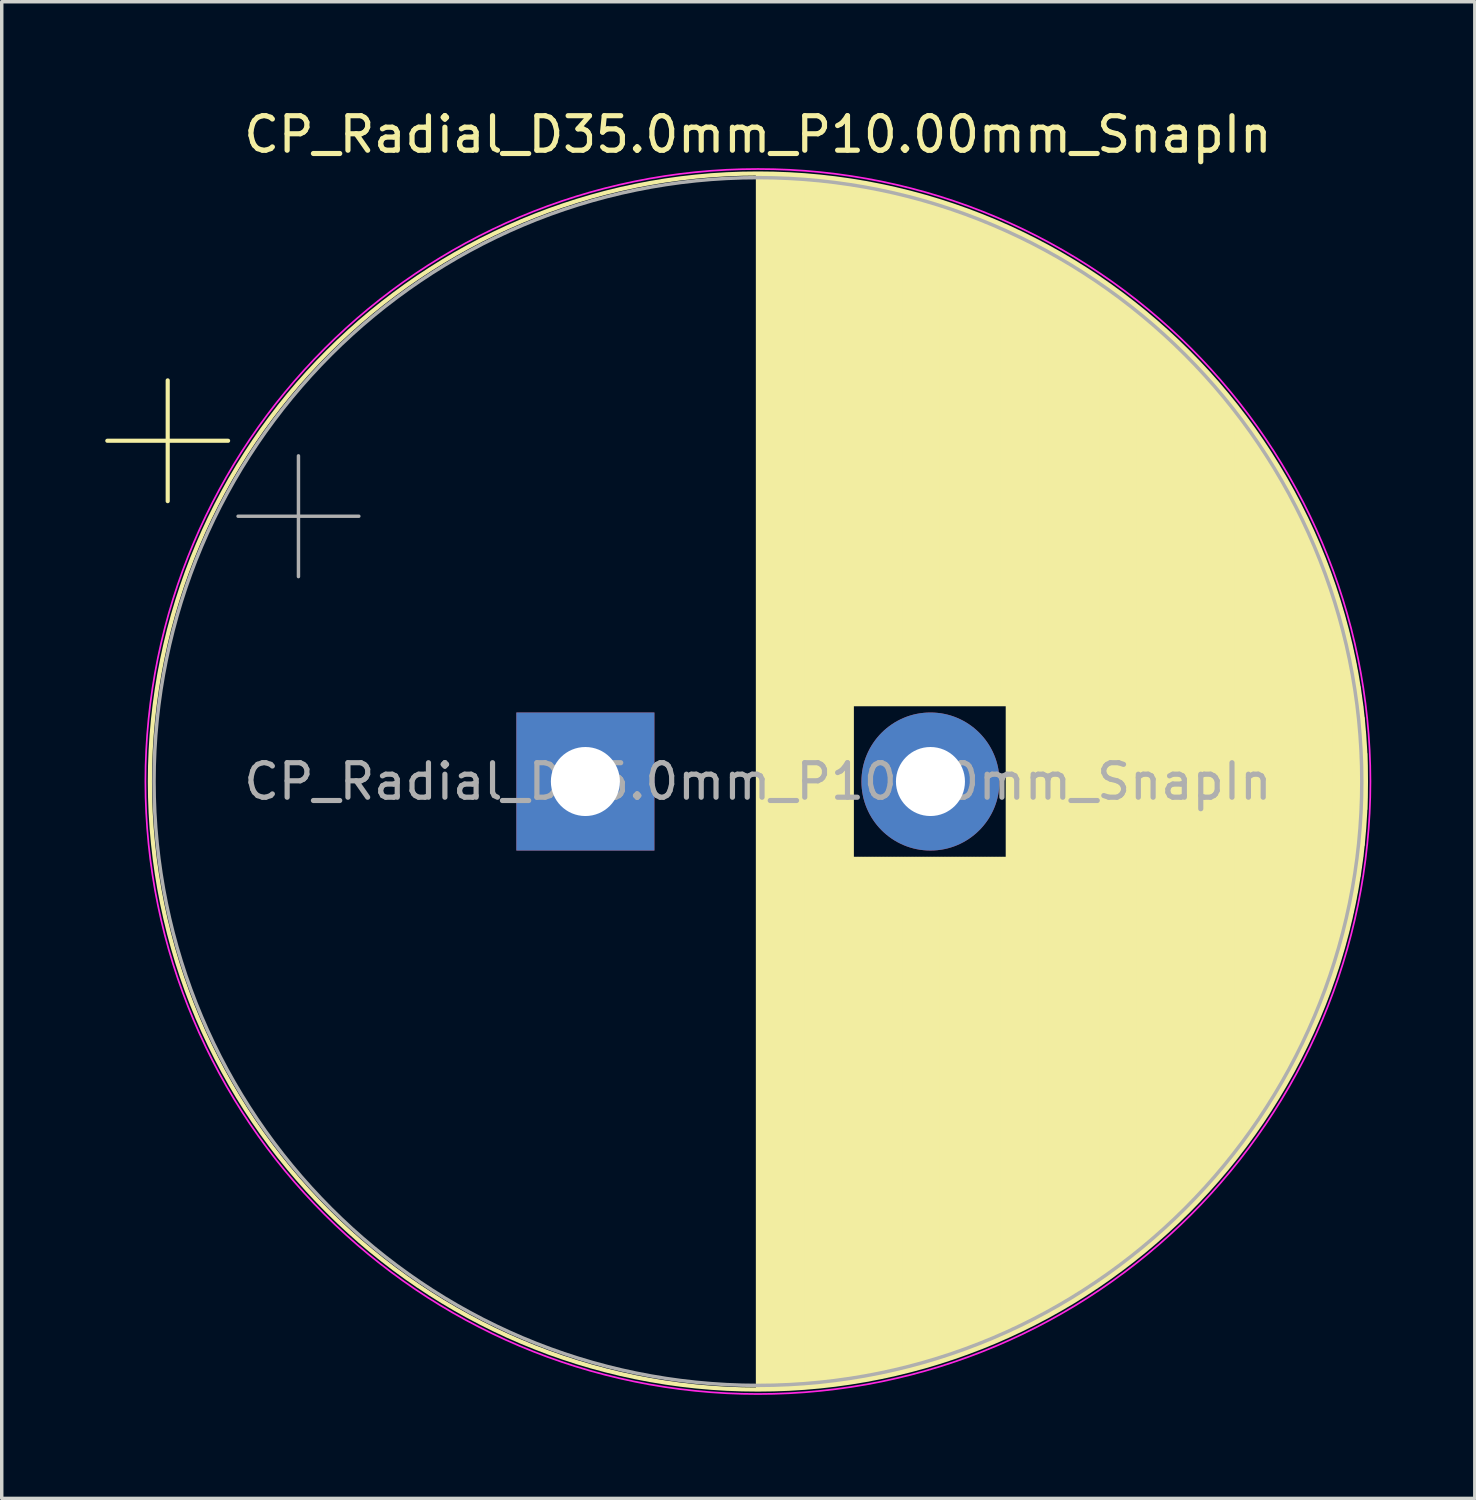
<source format=kicad_pcb>
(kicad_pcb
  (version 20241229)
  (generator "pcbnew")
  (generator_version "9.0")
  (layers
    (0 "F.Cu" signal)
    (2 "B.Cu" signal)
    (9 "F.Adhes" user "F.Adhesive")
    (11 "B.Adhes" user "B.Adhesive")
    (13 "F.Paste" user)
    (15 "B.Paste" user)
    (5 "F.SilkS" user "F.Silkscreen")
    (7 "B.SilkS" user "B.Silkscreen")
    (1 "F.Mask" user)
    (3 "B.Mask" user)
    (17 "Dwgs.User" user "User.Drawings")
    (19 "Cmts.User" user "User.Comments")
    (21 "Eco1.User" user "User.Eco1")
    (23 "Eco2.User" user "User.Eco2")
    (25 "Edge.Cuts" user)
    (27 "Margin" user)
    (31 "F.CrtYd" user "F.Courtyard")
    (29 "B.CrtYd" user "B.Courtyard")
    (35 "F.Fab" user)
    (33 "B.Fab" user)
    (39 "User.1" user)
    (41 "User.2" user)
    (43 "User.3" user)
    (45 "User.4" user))
  (footprint "CP_Radial_D35.0mm_P10.00mm_SnapIn"
    (layer "F.Cu")
    (at 13.914 19.598)
    (property "Reference" "CP_Radial_D35.0mm_P10.00mm_SnapIn" (at 5 -18.75 0) (layer "F.SilkS") (effects (font (size 1 1) (thickness 0.15))))
    (attr through_hole)
    (fp_line (start -13.854 -9.875) (end -10.354 -9.875) (stroke (width 0.12) (type solid)) (layer "F.SilkS"))
    (fp_line (start -12.104 -11.625) (end -12.104 -8.125) (stroke (width 0.12) (type solid)) (layer "F.SilkS"))
    (fp_line (start 5 -17.58) (end 5 17.58) (stroke (width 0.12) (type solid)) (layer "F.SilkS"))
    (fp_line (start 5.04 -17.58) (end 5.04 17.58) (stroke (width 0.12) (type solid)) (layer "F.SilkS"))
    (fp_line (start 5.08 -17.58) (end 5.08 17.58) (stroke (width 0.12) (type solid)) (layer "F.SilkS"))
    (fp_line (start 5.12 -17.58) (end 5.12 17.58) (stroke (width 0.12) (type solid)) (layer "F.SilkS"))
    (fp_line (start 5.16 -17.58) (end 5.16 17.58) (stroke (width 0.12) (type solid)) (layer "F.SilkS"))
    (fp_line (start 5.2 -17.579) (end 5.2 17.579) (stroke (width 0.12) (type solid)) (layer "F.SilkS"))
    (fp_line (start 5.24 -17.579) (end 5.24 17.579) (stroke (width 0.12) (type solid)) (layer "F.SilkS"))
    (fp_line (start 5.28 -17.578) (end 5.28 17.578) (stroke (width 0.12) (type solid)) (layer "F.SilkS"))
    (fp_line (start 5.32 -17.578) (end 5.32 17.578) (stroke (width 0.12) (type solid)) (layer "F.SilkS"))
    (fp_line (start 5.36 -17.577) (end 5.36 17.577) (stroke (width 0.12) (type solid)) (layer "F.SilkS"))
    (fp_line (start 5.4 -17.576) (end 5.4 17.576) (stroke (width 0.12) (type solid)) (layer "F.SilkS"))
    (fp_line (start 5.44 -17.575) (end 5.44 17.575) (stroke (width 0.12) (type solid)) (layer "F.SilkS"))
    (fp_line (start 5.48 -17.574) (end 5.48 17.574) (stroke (width 0.12) (type solid)) (layer "F.SilkS"))
    (fp_line (start 5.52 -17.573) (end 5.52 17.573) (stroke (width 0.12) (type solid)) (layer "F.SilkS"))
    (fp_line (start 5.56 -17.572) (end 5.56 17.572) (stroke (width 0.12) (type solid)) (layer "F.SilkS"))
    (fp_line (start 5.6 -17.57) (end 5.6 17.57) (stroke (width 0.12) (type solid)) (layer "F.SilkS"))
    (fp_line (start 5.64 -17.569) (end 5.64 17.569) (stroke (width 0.12) (type solid)) (layer "F.SilkS"))
    (fp_line (start 5.68 -17.567) (end 5.68 17.567) (stroke (width 0.12) (type solid)) (layer "F.SilkS"))
    (fp_line (start 5.721 -17.566) (end 5.721 17.566) (stroke (width 0.12) (type solid)) (layer "F.SilkS"))
    (fp_line (start 5.761 -17.564) (end 5.761 17.564) (stroke (width 0.12) (type solid)) (layer "F.SilkS"))
    (fp_line (start 5.801 -17.562) (end 5.801 17.562) (stroke (width 0.12) (type solid)) (layer "F.SilkS"))
    (fp_line (start 5.841 -17.56) (end 5.841 17.56) (stroke (width 0.12) (type solid)) (layer "F.SilkS"))
    (fp_line (start 5.881 -17.559) (end 5.881 17.559) (stroke (width 0.12) (type solid)) (layer "F.SilkS"))
    (fp_line (start 5.921 -17.556) (end 5.921 17.556) (stroke (width 0.12) (type solid)) (layer "F.SilkS"))
    (fp_line (start 5.961 -17.554) (end 5.961 17.554) (stroke (width 0.12) (type solid)) (layer "F.SilkS"))
    (fp_line (start 6.001 -17.552) (end 6.001 17.552) (stroke (width 0.12) (type solid)) (layer "F.SilkS"))
    (fp_line (start 6.041 -17.55) (end 6.041 17.55) (stroke (width 0.12) (type solid)) (layer "F.SilkS"))
    (fp_line (start 6.081 -17.547) (end 6.081 17.547) (stroke (width 0.12) (type solid)) (layer "F.SilkS"))
    (fp_line (start 6.121 -17.545) (end 6.121 17.545) (stroke (width 0.12) (type solid)) (layer "F.SilkS"))
    (fp_line (start 6.161 -17.542) (end 6.161 17.542) (stroke (width 0.12) (type solid)) (layer "F.SilkS"))
    (fp_line (start 6.201 -17.54) (end 6.201 17.54) (stroke (width 0.12) (type solid)) (layer "F.SilkS"))
    (fp_line (start 6.241 -17.537) (end 6.241 17.537) (stroke (width 0.12) (type solid)) (layer "F.SilkS"))
    (fp_line (start 6.281 -17.534) (end 6.281 17.534) (stroke (width 0.12) (type solid)) (layer "F.SilkS"))
    (fp_line (start 6.321 -17.531) (end 6.321 17.531) (stroke (width 0.12) (type solid)) (layer "F.SilkS"))
    (fp_line (start 6.361 -17.528) (end 6.361 17.528) (stroke (width 0.12) (type solid)) (layer "F.SilkS"))
    (fp_line (start 6.401 -17.525) (end 6.401 17.525) (stroke (width 0.12) (type solid)) (layer "F.SilkS"))
    (fp_line (start 6.441 -17.522) (end 6.441 17.522) (stroke (width 0.12) (type solid)) (layer "F.SilkS"))
    (fp_line (start 6.481 -17.518) (end 6.481 17.518) (stroke (width 0.12) (type solid)) (layer "F.SilkS"))
    (fp_line (start 6.521 -17.515) (end 6.521 17.515) (stroke (width 0.12) (type solid)) (layer "F.SilkS"))
    (fp_line (start 6.561 -17.511) (end 6.561 17.511) (stroke (width 0.12) (type solid)) (layer "F.SilkS"))
    (fp_line (start 6.601 -17.508) (end 6.601 17.508) (stroke (width 0.12) (type solid)) (layer "F.SilkS"))
    (fp_line (start 6.641 -17.504) (end 6.641 17.504) (stroke (width 0.12) (type solid)) (layer "F.SilkS"))
    (fp_line (start 6.681 -17.5) (end 6.681 17.5) (stroke (width 0.12) (type solid)) (layer "F.SilkS"))
    (fp_line (start 6.721 -17.496) (end 6.721 17.496) (stroke (width 0.12) (type solid)) (layer "F.SilkS"))
    (fp_line (start 6.761 -17.492) (end 6.761 17.492) (stroke (width 0.12) (type solid)) (layer "F.SilkS"))
    (fp_line (start 6.801 -17.488) (end 6.801 17.488) (stroke (width 0.12) (type solid)) (layer "F.SilkS"))
    (fp_line (start 6.841 -17.484) (end 6.841 17.484) (stroke (width 0.12) (type solid)) (layer "F.SilkS"))
    (fp_line (start 6.881 -17.48) (end 6.881 17.48) (stroke (width 0.12) (type solid)) (layer "F.SilkS"))
    (fp_line (start 6.921 -17.476) (end 6.921 17.476) (stroke (width 0.12) (type solid)) (layer "F.SilkS"))
    (fp_line (start 6.961 -17.471) (end 6.961 17.471) (stroke (width 0.12) (type solid)) (layer "F.SilkS"))
    (fp_line (start 7.001 -17.467) (end 7.001 17.467) (stroke (width 0.12) (type solid)) (layer "F.SilkS"))
    (fp_line (start 7.041 -17.462) (end 7.041 17.462) (stroke (width 0.12) (type solid)) (layer "F.SilkS"))
    (fp_line (start 7.081 -17.457) (end 7.081 17.457) (stroke (width 0.12) (type solid)) (layer "F.SilkS"))
    (fp_line (start 7.121 -17.452) (end 7.121 17.452) (stroke (width 0.12) (type solid)) (layer "F.SilkS"))
    (fp_line (start 7.161 -17.448) (end 7.161 17.448) (stroke (width 0.12) (type solid)) (layer "F.SilkS"))
    (fp_line (start 7.201 -17.443) (end 7.201 17.443) (stroke (width 0.12) (type solid)) (layer "F.SilkS"))
    (fp_line (start 7.241 -17.438) (end 7.241 17.438) (stroke (width 0.12) (type solid)) (layer "F.SilkS"))
    (fp_line (start 7.281 -17.432) (end 7.281 17.432) (stroke (width 0.12) (type solid)) (layer "F.SilkS"))
    (fp_line (start 7.321 -17.427) (end 7.321 17.427) (stroke (width 0.12) (type solid)) (layer "F.SilkS"))
    (fp_line (start 7.361 -17.422) (end 7.361 17.422) (stroke (width 0.12) (type solid)) (layer "F.SilkS"))
    (fp_line (start 7.401 -17.416) (end 7.401 17.416) (stroke (width 0.12) (type solid)) (layer "F.SilkS"))
    (fp_line (start 7.441 -17.411) (end 7.441 17.411) (stroke (width 0.12) (type solid)) (layer "F.SilkS"))
    (fp_line (start 7.481 -17.405) (end 7.481 17.405) (stroke (width 0.12) (type solid)) (layer "F.SilkS"))
    (fp_line (start 7.521 -17.399) (end 7.521 17.399) (stroke (width 0.12) (type solid)) (layer "F.SilkS"))
    (fp_line (start 7.561 -17.394) (end 7.561 17.394) (stroke (width 0.12) (type solid)) (layer "F.SilkS"))
    (fp_line (start 7.601 -17.388) (end 7.601 17.388) (stroke (width 0.12) (type solid)) (layer "F.SilkS"))
    (fp_line (start 7.641 -17.382) (end 7.641 17.382) (stroke (width 0.12) (type solid)) (layer "F.SilkS"))
    (fp_line (start 7.681 -17.375) (end 7.681 17.375) (stroke (width 0.12) (type solid)) (layer "F.SilkS"))
    (fp_line (start 7.721 -17.369) (end 7.721 17.369) (stroke (width 0.12) (type solid)) (layer "F.SilkS"))
    (fp_line (start 7.761 -17.363) (end 7.761 -2.24) (stroke (width 0.12) (type solid)) (layer "F.SilkS"))
    (fp_line (start 7.761 2.24) (end 7.761 17.363) (stroke (width 0.12) (type solid)) (layer "F.SilkS"))
    (fp_line (start 7.801 -17.357) (end 7.801 -2.24) (stroke (width 0.12) (type solid)) (layer "F.SilkS"))
    (fp_line (start 7.801 2.24) (end 7.801 17.357) (stroke (width 0.12) (type solid)) (layer "F.SilkS"))
    (fp_line (start 7.841 -17.35) (end 7.841 -2.24) (stroke (width 0.12) (type solid)) (layer "F.SilkS"))
    (fp_line (start 7.841 2.24) (end 7.841 17.35) (stroke (width 0.12) (type solid)) (layer "F.SilkS"))
    (fp_line (start 7.881 -17.344) (end 7.881 -2.24) (stroke (width 0.12) (type solid)) (layer "F.SilkS"))
    (fp_line (start 7.881 2.24) (end 7.881 17.344) (stroke (width 0.12) (type solid)) (layer "F.SilkS"))
    (fp_line (start 7.921 -17.337) (end 7.921 -2.24) (stroke (width 0.12) (type solid)) (layer "F.SilkS"))
    (fp_line (start 7.921 2.24) (end 7.921 17.337) (stroke (width 0.12) (type solid)) (layer "F.SilkS"))
    (fp_line (start 7.961 -17.33) (end 7.961 -2.24) (stroke (width 0.12) (type solid)) (layer "F.SilkS"))
    (fp_line (start 7.961 2.24) (end 7.961 17.33) (stroke (width 0.12) (type solid)) (layer "F.SilkS"))
    (fp_line (start 8.001 -17.323) (end 8.001 -2.24) (stroke (width 0.12) (type solid)) (layer "F.SilkS"))
    (fp_line (start 8.001 2.24) (end 8.001 17.323) (stroke (width 0.12) (type solid)) (layer "F.SilkS"))
    (fp_line (start 8.041 -17.316) (end 8.041 -2.24) (stroke (width 0.12) (type solid)) (layer "F.SilkS"))
    (fp_line (start 8.041 2.24) (end 8.041 17.316) (stroke (width 0.12) (type solid)) (layer "F.SilkS"))
    (fp_line (start 8.081 -17.309) (end 8.081 -2.24) (stroke (width 0.12) (type solid)) (layer "F.SilkS"))
    (fp_line (start 8.081 2.24) (end 8.081 17.309) (stroke (width 0.12) (type solid)) (layer "F.SilkS"))
    (fp_line (start 8.121 -17.302) (end 8.121 -2.24) (stroke (width 0.12) (type solid)) (layer "F.SilkS"))
    (fp_line (start 8.121 2.24) (end 8.121 17.302) (stroke (width 0.12) (type solid)) (layer "F.SilkS"))
    (fp_line (start 8.161 -17.295) (end 8.161 -2.24) (stroke (width 0.12) (type solid)) (layer "F.SilkS"))
    (fp_line (start 8.161 2.24) (end 8.161 17.295) (stroke (width 0.12) (type solid)) (layer "F.SilkS"))
    (fp_line (start 8.201 -17.287) (end 8.201 -2.24) (stroke (width 0.12) (type solid)) (layer "F.SilkS"))
    (fp_line (start 8.201 2.24) (end 8.201 17.287) (stroke (width 0.12) (type solid)) (layer "F.SilkS"))
    (fp_line (start 8.241 -17.28) (end 8.241 -2.24) (stroke (width 0.12) (type solid)) (layer "F.SilkS"))
    (fp_line (start 8.241 2.24) (end 8.241 17.28) (stroke (width 0.12) (type solid)) (layer "F.SilkS"))
    (fp_line (start 8.281 -17.273) (end 8.281 -2.24) (stroke (width 0.12) (type solid)) (layer "F.SilkS"))
    (fp_line (start 8.281 2.24) (end 8.281 17.273) (stroke (width 0.12) (type solid)) (layer "F.SilkS"))
    (fp_line (start 8.321 -17.265) (end 8.321 -2.24) (stroke (width 0.12) (type solid)) (layer "F.SilkS"))
    (fp_line (start 8.321 2.24) (end 8.321 17.265) (stroke (width 0.12) (type solid)) (layer "F.SilkS"))
    (fp_line (start 8.361 -17.257) (end 8.361 -2.24) (stroke (width 0.12) (type solid)) (layer "F.SilkS"))
    (fp_line (start 8.361 2.24) (end 8.361 17.257) (stroke (width 0.12) (type solid)) (layer "F.SilkS"))
    (fp_line (start 8.401 -17.249) (end 8.401 -2.24) (stroke (width 0.12) (type solid)) (layer "F.SilkS"))
    (fp_line (start 8.401 2.24) (end 8.401 17.249) (stroke (width 0.12) (type solid)) (layer "F.SilkS"))
    (fp_line (start 8.441 -17.241) (end 8.441 -2.24) (stroke (width 0.12) (type solid)) (layer "F.SilkS"))
    (fp_line (start 8.441 2.24) (end 8.441 17.241) (stroke (width 0.12) (type solid)) (layer "F.SilkS"))
    (fp_line (start 8.481 -17.233) (end 8.481 -2.24) (stroke (width 0.12) (type solid)) (layer "F.SilkS"))
    (fp_line (start 8.481 2.24) (end 8.481 17.233) (stroke (width 0.12) (type solid)) (layer "F.SilkS"))
    (fp_line (start 8.521 -17.225) (end 8.521 -2.24) (stroke (width 0.12) (type solid)) (layer "F.SilkS"))
    (fp_line (start 8.521 2.24) (end 8.521 17.225) (stroke (width 0.12) (type solid)) (layer "F.SilkS"))
    (fp_line (start 8.561 -17.217) (end 8.561 -2.24) (stroke (width 0.12) (type solid)) (layer "F.SilkS"))
    (fp_line (start 8.561 2.24) (end 8.561 17.217) (stroke (width 0.12) (type solid)) (layer "F.SilkS"))
    (fp_line (start 8.601 -17.209) (end 8.601 -2.24) (stroke (width 0.12) (type solid)) (layer "F.SilkS"))
    (fp_line (start 8.601 2.24) (end 8.601 17.209) (stroke (width 0.12) (type solid)) (layer "F.SilkS"))
    (fp_line (start 8.641 -17.2) (end 8.641 -2.24) (stroke (width 0.12) (type solid)) (layer "F.SilkS"))
    (fp_line (start 8.641 2.24) (end 8.641 17.2) (stroke (width 0.12) (type solid)) (layer "F.SilkS"))
    (fp_line (start 8.681 -17.192) (end 8.681 -2.24) (stroke (width 0.12) (type solid)) (layer "F.SilkS"))
    (fp_line (start 8.681 2.24) (end 8.681 17.192) (stroke (width 0.12) (type solid)) (layer "F.SilkS"))
    (fp_line (start 8.721 -17.183) (end 8.721 -2.24) (stroke (width 0.12) (type solid)) (layer "F.SilkS"))
    (fp_line (start 8.721 2.24) (end 8.721 17.183) (stroke (width 0.12) (type solid)) (layer "F.SilkS"))
    (fp_line (start 8.761 -17.175) (end 8.761 -2.24) (stroke (width 0.12) (type solid)) (layer "F.SilkS"))
    (fp_line (start 8.761 2.24) (end 8.761 17.175) (stroke (width 0.12) (type solid)) (layer "F.SilkS"))
    (fp_line (start 8.801 -17.166) (end 8.801 -2.24) (stroke (width 0.12) (type solid)) (layer "F.SilkS"))
    (fp_line (start 8.801 2.24) (end 8.801 17.166) (stroke (width 0.12) (type solid)) (layer "F.SilkS"))
    (fp_line (start 8.841 -17.157) (end 8.841 -2.24) (stroke (width 0.12) (type solid)) (layer "F.SilkS"))
    (fp_line (start 8.841 2.24) (end 8.841 17.157) (stroke (width 0.12) (type solid)) (layer "F.SilkS"))
    (fp_line (start 8.881 -17.148) (end 8.881 -2.24) (stroke (width 0.12) (type solid)) (layer "F.SilkS"))
    (fp_line (start 8.881 2.24) (end 8.881 17.148) (stroke (width 0.12) (type solid)) (layer "F.SilkS"))
    (fp_line (start 8.921 -17.139) (end 8.921 -2.24) (stroke (width 0.12) (type solid)) (layer "F.SilkS"))
    (fp_line (start 8.921 2.24) (end 8.921 17.139) (stroke (width 0.12) (type solid)) (layer "F.SilkS"))
    (fp_line (start 8.961 -17.13) (end 8.961 -2.24) (stroke (width 0.12) (type solid)) (layer "F.SilkS"))
    (fp_line (start 8.961 2.24) (end 8.961 17.13) (stroke (width 0.12) (type solid)) (layer "F.SilkS"))
    (fp_line (start 9.001 -17.12) (end 9.001 -2.24) (stroke (width 0.12) (type solid)) (layer "F.SilkS"))
    (fp_line (start 9.001 2.24) (end 9.001 17.12) (stroke (width 0.12) (type solid)) (layer "F.SilkS"))
    (fp_line (start 9.041 -17.111) (end 9.041 -2.24) (stroke (width 0.12) (type solid)) (layer "F.SilkS"))
    (fp_line (start 9.041 2.24) (end 9.041 17.111) (stroke (width 0.12) (type solid)) (layer "F.SilkS"))
    (fp_line (start 9.081 -17.102) (end 9.081 -2.24) (stroke (width 0.12) (type solid)) (layer "F.SilkS"))
    (fp_line (start 9.081 2.24) (end 9.081 17.102) (stroke (width 0.12) (type solid)) (layer "F.SilkS"))
    (fp_line (start 9.121 -17.092) (end 9.121 -2.24) (stroke (width 0.12) (type solid)) (layer "F.SilkS"))
    (fp_line (start 9.121 2.24) (end 9.121 17.092) (stroke (width 0.12) (type solid)) (layer "F.SilkS"))
    (fp_line (start 9.161 -17.082) (end 9.161 -2.24) (stroke (width 0.12) (type solid)) (layer "F.SilkS"))
    (fp_line (start 9.161 2.24) (end 9.161 17.082) (stroke (width 0.12) (type solid)) (layer "F.SilkS"))
    (fp_line (start 9.201 -17.073) (end 9.201 -2.24) (stroke (width 0.12) (type solid)) (layer "F.SilkS"))
    (fp_line (start 9.201 2.24) (end 9.201 17.073) (stroke (width 0.12) (type solid)) (layer "F.SilkS"))
    (fp_line (start 9.241 -17.063) (end 9.241 -2.24) (stroke (width 0.12) (type solid)) (layer "F.SilkS"))
    (fp_line (start 9.241 2.24) (end 9.241 17.063) (stroke (width 0.12) (type solid)) (layer "F.SilkS"))
    (fp_line (start 9.281 -17.053) (end 9.281 -2.24) (stroke (width 0.12) (type solid)) (layer "F.SilkS"))
    (fp_line (start 9.281 2.24) (end 9.281 17.053) (stroke (width 0.12) (type solid)) (layer "F.SilkS"))
    (fp_line (start 9.321 -17.043) (end 9.321 -2.24) (stroke (width 0.12) (type solid)) (layer "F.SilkS"))
    (fp_line (start 9.321 2.24) (end 9.321 17.043) (stroke (width 0.12) (type solid)) (layer "F.SilkS"))
    (fp_line (start 9.361 -17.033) (end 9.361 -2.24) (stroke (width 0.12) (type solid)) (layer "F.SilkS"))
    (fp_line (start 9.361 2.24) (end 9.361 17.033) (stroke (width 0.12) (type solid)) (layer "F.SilkS"))
    (fp_line (start 9.401 -17.022) (end 9.401 -2.24) (stroke (width 0.12) (type solid)) (layer "F.SilkS"))
    (fp_line (start 9.401 2.24) (end 9.401 17.022) (stroke (width 0.12) (type solid)) (layer "F.SilkS"))
    (fp_line (start 9.441 -17.012) (end 9.441 -2.24) (stroke (width 0.12) (type solid)) (layer "F.SilkS"))
    (fp_line (start 9.441 2.24) (end 9.441 17.012) (stroke (width 0.12) (type solid)) (layer "F.SilkS"))
    (fp_line (start 9.481 -17.001) (end 9.481 -2.24) (stroke (width 0.12) (type solid)) (layer "F.SilkS"))
    (fp_line (start 9.481 2.24) (end 9.481 17.001) (stroke (width 0.12) (type solid)) (layer "F.SilkS"))
    (fp_line (start 9.521 -16.991) (end 9.521 -2.24) (stroke (width 0.12) (type solid)) (layer "F.SilkS"))
    (fp_line (start 9.521 2.24) (end 9.521 16.991) (stroke (width 0.12) (type solid)) (layer "F.SilkS"))
    (fp_line (start 9.561 -16.98) (end 9.561 -2.24) (stroke (width 0.12) (type solid)) (layer "F.SilkS"))
    (fp_line (start 9.561 2.24) (end 9.561 16.98) (stroke (width 0.12) (type solid)) (layer "F.SilkS"))
    (fp_line (start 9.601 -16.969) (end 9.601 -2.24) (stroke (width 0.12) (type solid)) (layer "F.SilkS"))
    (fp_line (start 9.601 2.24) (end 9.601 16.969) (stroke (width 0.12) (type solid)) (layer "F.SilkS"))
    (fp_line (start 9.641 -16.959) (end 9.641 -2.24) (stroke (width 0.12) (type solid)) (layer "F.SilkS"))
    (fp_line (start 9.641 2.24) (end 9.641 16.959) (stroke (width 0.12) (type solid)) (layer "F.SilkS"))
    (fp_line (start 9.681 -16.948) (end 9.681 -2.24) (stroke (width 0.12) (type solid)) (layer "F.SilkS"))
    (fp_line (start 9.681 2.24) (end 9.681 16.948) (stroke (width 0.12) (type solid)) (layer "F.SilkS"))
    (fp_line (start 9.721 -16.937) (end 9.721 -2.24) (stroke (width 0.12) (type solid)) (layer "F.SilkS"))
    (fp_line (start 9.721 2.24) (end 9.721 16.937) (stroke (width 0.12) (type solid)) (layer "F.SilkS"))
    (fp_line (start 9.761 -16.925) (end 9.761 -2.24) (stroke (width 0.12) (type solid)) (layer "F.SilkS"))
    (fp_line (start 9.761 2.24) (end 9.761 16.925) (stroke (width 0.12) (type solid)) (layer "F.SilkS"))
    (fp_line (start 9.801 -16.914) (end 9.801 -2.24) (stroke (width 0.12) (type solid)) (layer "F.SilkS"))
    (fp_line (start 9.801 2.24) (end 9.801 16.914) (stroke (width 0.12) (type solid)) (layer "F.SilkS"))
    (fp_line (start 9.841 -16.903) (end 9.841 -2.24) (stroke (width 0.12) (type solid)) (layer "F.SilkS"))
    (fp_line (start 9.841 2.24) (end 9.841 16.903) (stroke (width 0.12) (type solid)) (layer "F.SilkS"))
    (fp_line (start 9.881 -16.891) (end 9.881 -2.24) (stroke (width 0.12) (type solid)) (layer "F.SilkS"))
    (fp_line (start 9.881 2.24) (end 9.881 16.891) (stroke (width 0.12) (type solid)) (layer "F.SilkS"))
    (fp_line (start 9.921 -16.88) (end 9.921 -2.24) (stroke (width 0.12) (type solid)) (layer "F.SilkS"))
    (fp_line (start 9.921 2.24) (end 9.921 16.88) (stroke (width 0.12) (type solid)) (layer "F.SilkS"))
    (fp_line (start 9.961 -16.868) (end 9.961 -2.24) (stroke (width 0.12) (type solid)) (layer "F.SilkS"))
    (fp_line (start 9.961 2.24) (end 9.961 16.868) (stroke (width 0.12) (type solid)) (layer "F.SilkS"))
    (fp_line (start 10.001 -16.856) (end 10.001 -2.24) (stroke (width 0.12) (type solid)) (layer "F.SilkS"))
    (fp_line (start 10.001 2.24) (end 10.001 16.856) (stroke (width 0.12) (type solid)) (layer "F.SilkS"))
    (fp_line (start 10.041 -16.844) (end 10.041 -2.24) (stroke (width 0.12) (type solid)) (layer "F.SilkS"))
    (fp_line (start 10.041 2.24) (end 10.041 16.844) (stroke (width 0.12) (type solid)) (layer "F.SilkS"))
    (fp_line (start 10.081 -16.832) (end 10.081 -2.24) (stroke (width 0.12) (type solid)) (layer "F.SilkS"))
    (fp_line (start 10.081 2.24) (end 10.081 16.832) (stroke (width 0.12) (type solid)) (layer "F.SilkS"))
    (fp_line (start 10.121 -16.82) (end 10.121 -2.24) (stroke (width 0.12) (type solid)) (layer "F.SilkS"))
    (fp_line (start 10.121 2.24) (end 10.121 16.82) (stroke (width 0.12) (type solid)) (layer "F.SilkS"))
    (fp_line (start 10.161 -16.808) (end 10.161 -2.24) (stroke (width 0.12) (type solid)) (layer "F.SilkS"))
    (fp_line (start 10.161 2.24) (end 10.161 16.808) (stroke (width 0.12) (type solid)) (layer "F.SilkS"))
    (fp_line (start 10.201 -16.796) (end 10.201 -2.24) (stroke (width 0.12) (type solid)) (layer "F.SilkS"))
    (fp_line (start 10.201 2.24) (end 10.201 16.796) (stroke (width 0.12) (type solid)) (layer "F.SilkS"))
    (fp_line (start 10.241 -16.783) (end 10.241 -2.24) (stroke (width 0.12) (type solid)) (layer "F.SilkS"))
    (fp_line (start 10.241 2.24) (end 10.241 16.783) (stroke (width 0.12) (type solid)) (layer "F.SilkS"))
    (fp_line (start 10.281 -16.771) (end 10.281 -2.24) (stroke (width 0.12) (type solid)) (layer "F.SilkS"))
    (fp_line (start 10.281 2.24) (end 10.281 16.771) (stroke (width 0.12) (type solid)) (layer "F.SilkS"))
    (fp_line (start 10.321 -16.758) (end 10.321 -2.24) (stroke (width 0.12) (type solid)) (layer "F.SilkS"))
    (fp_line (start 10.321 2.24) (end 10.321 16.758) (stroke (width 0.12) (type solid)) (layer "F.SilkS"))
    (fp_line (start 10.361 -16.745) (end 10.361 -2.24) (stroke (width 0.12) (type solid)) (layer "F.SilkS"))
    (fp_line (start 10.361 2.24) (end 10.361 16.745) (stroke (width 0.12) (type solid)) (layer "F.SilkS"))
    (fp_line (start 10.401 -16.733) (end 10.401 -2.24) (stroke (width 0.12) (type solid)) (layer "F.SilkS"))
    (fp_line (start 10.401 2.24) (end 10.401 16.733) (stroke (width 0.12) (type solid)) (layer "F.SilkS"))
    (fp_line (start 10.441 -16.72) (end 10.441 -2.24) (stroke (width 0.12) (type solid)) (layer "F.SilkS"))
    (fp_line (start 10.441 2.24) (end 10.441 16.72) (stroke (width 0.12) (type solid)) (layer "F.SilkS"))
    (fp_line (start 10.481 -16.707) (end 10.481 -2.24) (stroke (width 0.12) (type solid)) (layer "F.SilkS"))
    (fp_line (start 10.481 2.24) (end 10.481 16.707) (stroke (width 0.12) (type solid)) (layer "F.SilkS"))
    (fp_line (start 10.521 -16.694) (end 10.521 -2.24) (stroke (width 0.12) (type solid)) (layer "F.SilkS"))
    (fp_line (start 10.521 2.24) (end 10.521 16.694) (stroke (width 0.12) (type solid)) (layer "F.SilkS"))
    (fp_line (start 10.561 -16.68) (end 10.561 -2.24) (stroke (width 0.12) (type solid)) (layer "F.SilkS"))
    (fp_line (start 10.561 2.24) (end 10.561 16.68) (stroke (width 0.12) (type solid)) (layer "F.SilkS"))
    (fp_line (start 10.601 -16.667) (end 10.601 -2.24) (stroke (width 0.12) (type solid)) (layer "F.SilkS"))
    (fp_line (start 10.601 2.24) (end 10.601 16.667) (stroke (width 0.12) (type solid)) (layer "F.SilkS"))
    (fp_line (start 10.641 -16.653) (end 10.641 -2.24) (stroke (width 0.12) (type solid)) (layer "F.SilkS"))
    (fp_line (start 10.641 2.24) (end 10.641 16.653) (stroke (width 0.12) (type solid)) (layer "F.SilkS"))
    (fp_line (start 10.681 -16.64) (end 10.681 -2.24) (stroke (width 0.12) (type solid)) (layer "F.SilkS"))
    (fp_line (start 10.681 2.24) (end 10.681 16.64) (stroke (width 0.12) (type solid)) (layer "F.SilkS"))
    (fp_line (start 10.721 -16.626) (end 10.721 -2.24) (stroke (width 0.12) (type solid)) (layer "F.SilkS"))
    (fp_line (start 10.721 2.24) (end 10.721 16.626) (stroke (width 0.12) (type solid)) (layer "F.SilkS"))
    (fp_line (start 10.761 -16.612) (end 10.761 -2.24) (stroke (width 0.12) (type solid)) (layer "F.SilkS"))
    (fp_line (start 10.761 2.24) (end 10.761 16.612) (stroke (width 0.12) (type solid)) (layer "F.SilkS"))
    (fp_line (start 10.801 -16.599) (end 10.801 -2.24) (stroke (width 0.12) (type solid)) (layer "F.SilkS"))
    (fp_line (start 10.801 2.24) (end 10.801 16.599) (stroke (width 0.12) (type solid)) (layer "F.SilkS"))
    (fp_line (start 10.841 -16.585) (end 10.841 -2.24) (stroke (width 0.12) (type solid)) (layer "F.SilkS"))
    (fp_line (start 10.841 2.24) (end 10.841 16.585) (stroke (width 0.12) (type solid)) (layer "F.SilkS"))
    (fp_line (start 10.881 -16.57) (end 10.881 -2.24) (stroke (width 0.12) (type solid)) (layer "F.SilkS"))
    (fp_line (start 10.881 2.24) (end 10.881 16.57) (stroke (width 0.12) (type solid)) (layer "F.SilkS"))
    (fp_line (start 10.921 -16.556) (end 10.921 -2.24) (stroke (width 0.12) (type solid)) (layer "F.SilkS"))
    (fp_line (start 10.921 2.24) (end 10.921 16.556) (stroke (width 0.12) (type solid)) (layer "F.SilkS"))
    (fp_line (start 10.961 -16.542) (end 10.961 -2.24) (stroke (width 0.12) (type solid)) (layer "F.SilkS"))
    (fp_line (start 10.961 2.24) (end 10.961 16.542) (stroke (width 0.12) (type solid)) (layer "F.SilkS"))
    (fp_line (start 11.001 -16.527) (end 11.001 -2.24) (stroke (width 0.12) (type solid)) (layer "F.SilkS"))
    (fp_line (start 11.001 2.24) (end 11.001 16.527) (stroke (width 0.12) (type solid)) (layer "F.SilkS"))
    (fp_line (start 11.041 -16.513) (end 11.041 -2.24) (stroke (width 0.12) (type solid)) (layer "F.SilkS"))
    (fp_line (start 11.041 2.24) (end 11.041 16.513) (stroke (width 0.12) (type solid)) (layer "F.SilkS"))
    (fp_line (start 11.081 -16.498) (end 11.081 -2.24) (stroke (width 0.12) (type solid)) (layer "F.SilkS"))
    (fp_line (start 11.081 2.24) (end 11.081 16.498) (stroke (width 0.12) (type solid)) (layer "F.SilkS"))
    (fp_line (start 11.121 -16.484) (end 11.121 -2.24) (stroke (width 0.12) (type solid)) (layer "F.SilkS"))
    (fp_line (start 11.121 2.24) (end 11.121 16.484) (stroke (width 0.12) (type solid)) (layer "F.SilkS"))
    (fp_line (start 11.161 -16.469) (end 11.161 -2.24) (stroke (width 0.12) (type solid)) (layer "F.SilkS"))
    (fp_line (start 11.161 2.24) (end 11.161 16.469) (stroke (width 0.12) (type solid)) (layer "F.SilkS"))
    (fp_line (start 11.201 -16.454) (end 11.201 -2.24) (stroke (width 0.12) (type solid)) (layer "F.SilkS"))
    (fp_line (start 11.201 2.24) (end 11.201 16.454) (stroke (width 0.12) (type solid)) (layer "F.SilkS"))
    (fp_line (start 11.241 -16.439) (end 11.241 -2.24) (stroke (width 0.12) (type solid)) (layer "F.SilkS"))
    (fp_line (start 11.241 2.24) (end 11.241 16.439) (stroke (width 0.12) (type solid)) (layer "F.SilkS"))
    (fp_line (start 11.281 -16.423) (end 11.281 -2.24) (stroke (width 0.12) (type solid)) (layer "F.SilkS"))
    (fp_line (start 11.281 2.24) (end 11.281 16.423) (stroke (width 0.12) (type solid)) (layer "F.SilkS"))
    (fp_line (start 11.321 -16.408) (end 11.321 -2.24) (stroke (width 0.12) (type solid)) (layer "F.SilkS"))
    (fp_line (start 11.321 2.24) (end 11.321 16.408) (stroke (width 0.12) (type solid)) (layer "F.SilkS"))
    (fp_line (start 11.361 -16.393) (end 11.361 -2.24) (stroke (width 0.12) (type solid)) (layer "F.SilkS"))
    (fp_line (start 11.361 2.24) (end 11.361 16.393) (stroke (width 0.12) (type solid)) (layer "F.SilkS"))
    (fp_line (start 11.401 -16.377) (end 11.401 -2.24) (stroke (width 0.12) (type solid)) (layer "F.SilkS"))
    (fp_line (start 11.401 2.24) (end 11.401 16.377) (stroke (width 0.12) (type solid)) (layer "F.SilkS"))
    (fp_line (start 11.441 -16.361) (end 11.441 -2.24) (stroke (width 0.12) (type solid)) (layer "F.SilkS"))
    (fp_line (start 11.441 2.24) (end 11.441 16.361) (stroke (width 0.12) (type solid)) (layer "F.SilkS"))
    (fp_line (start 11.481 -16.346) (end 11.481 -2.24) (stroke (width 0.12) (type solid)) (layer "F.SilkS"))
    (fp_line (start 11.481 2.24) (end 11.481 16.346) (stroke (width 0.12) (type solid)) (layer "F.SilkS"))
    (fp_line (start 11.521 -16.33) (end 11.521 -2.24) (stroke (width 0.12) (type solid)) (layer "F.SilkS"))
    (fp_line (start 11.521 2.24) (end 11.521 16.33) (stroke (width 0.12) (type solid)) (layer "F.SilkS"))
    (fp_line (start 11.561 -16.314) (end 11.561 -2.24) (stroke (width 0.12) (type solid)) (layer "F.SilkS"))
    (fp_line (start 11.561 2.24) (end 11.561 16.314) (stroke (width 0.12) (type solid)) (layer "F.SilkS"))
    (fp_line (start 11.601 -16.298) (end 11.601 -2.24) (stroke (width 0.12) (type solid)) (layer "F.SilkS"))
    (fp_line (start 11.601 2.24) (end 11.601 16.298) (stroke (width 0.12) (type solid)) (layer "F.SilkS"))
    (fp_line (start 11.641 -16.281) (end 11.641 -2.24) (stroke (width 0.12) (type solid)) (layer "F.SilkS"))
    (fp_line (start 11.641 2.24) (end 11.641 16.281) (stroke (width 0.12) (type solid)) (layer "F.SilkS"))
    (fp_line (start 11.681 -16.265) (end 11.681 -2.24) (stroke (width 0.12) (type solid)) (layer "F.SilkS"))
    (fp_line (start 11.681 2.24) (end 11.681 16.265) (stroke (width 0.12) (type solid)) (layer "F.SilkS"))
    (fp_line (start 11.721 -16.249) (end 11.721 -2.24) (stroke (width 0.12) (type solid)) (layer "F.SilkS"))
    (fp_line (start 11.721 2.24) (end 11.721 16.249) (stroke (width 0.12) (type solid)) (layer "F.SilkS"))
    (fp_line (start 11.761 -16.232) (end 11.761 -2.24) (stroke (width 0.12) (type solid)) (layer "F.SilkS"))
    (fp_line (start 11.761 2.24) (end 11.761 16.232) (stroke (width 0.12) (type solid)) (layer "F.SilkS"))
    (fp_line (start 11.801 -16.215) (end 11.801 -2.24) (stroke (width 0.12) (type solid)) (layer "F.SilkS"))
    (fp_line (start 11.801 2.24) (end 11.801 16.215) (stroke (width 0.12) (type solid)) (layer "F.SilkS"))
    (fp_line (start 11.841 -16.199) (end 11.841 -2.24) (stroke (width 0.12) (type solid)) (layer "F.SilkS"))
    (fp_line (start 11.841 2.24) (end 11.841 16.199) (stroke (width 0.12) (type solid)) (layer "F.SilkS"))
    (fp_line (start 11.881 -16.182) (end 11.881 -2.24) (stroke (width 0.12) (type solid)) (layer "F.SilkS"))
    (fp_line (start 11.881 2.24) (end 11.881 16.182) (stroke (width 0.12) (type solid)) (layer "F.SilkS"))
    (fp_line (start 11.921 -16.165) (end 11.921 -2.24) (stroke (width 0.12) (type solid)) (layer "F.SilkS"))
    (fp_line (start 11.921 2.24) (end 11.921 16.165) (stroke (width 0.12) (type solid)) (layer "F.SilkS"))
    (fp_line (start 11.961 -16.148) (end 11.961 -2.24) (stroke (width 0.12) (type solid)) (layer "F.SilkS"))
    (fp_line (start 11.961 2.24) (end 11.961 16.148) (stroke (width 0.12) (type solid)) (layer "F.SilkS"))
    (fp_line (start 12.001 -16.13) (end 12.001 -2.24) (stroke (width 0.12) (type solid)) (layer "F.SilkS"))
    (fp_line (start 12.001 2.24) (end 12.001 16.13) (stroke (width 0.12) (type solid)) (layer "F.SilkS"))
    (fp_line (start 12.041 -16.113) (end 12.041 -2.24) (stroke (width 0.12) (type solid)) (layer "F.SilkS"))
    (fp_line (start 12.041 2.24) (end 12.041 16.113) (stroke (width 0.12) (type solid)) (layer "F.SilkS"))
    (fp_line (start 12.081 -16.095) (end 12.081 -2.24) (stroke (width 0.12) (type solid)) (layer "F.SilkS"))
    (fp_line (start 12.081 2.24) (end 12.081 16.095) (stroke (width 0.12) (type solid)) (layer "F.SilkS"))
    (fp_line (start 12.121 -16.078) (end 12.121 -2.24) (stroke (width 0.12) (type solid)) (layer "F.SilkS"))
    (fp_line (start 12.121 2.24) (end 12.121 16.078) (stroke (width 0.12) (type solid)) (layer "F.SilkS"))
    (fp_line (start 12.161 -16.06) (end 12.161 -2.24) (stroke (width 0.12) (type solid)) (layer "F.SilkS"))
    (fp_line (start 12.161 2.24) (end 12.161 16.06) (stroke (width 0.12) (type solid)) (layer "F.SilkS"))
    (fp_line (start 12.201 -16.042) (end 12.201 -2.24) (stroke (width 0.12) (type solid)) (layer "F.SilkS"))
    (fp_line (start 12.201 2.24) (end 12.201 16.042) (stroke (width 0.12) (type solid)) (layer "F.SilkS"))
    (fp_line (start 12.241 -16.024) (end 12.241 16.024) (stroke (width 0.12) (type solid)) (layer "F.SilkS"))
    (fp_line (start 12.281 -16.006) (end 12.281 16.006) (stroke (width 0.12) (type solid)) (layer "F.SilkS"))
    (fp_line (start 12.321 -15.988) (end 12.321 15.988) (stroke (width 0.12) (type solid)) (layer "F.SilkS"))
    (fp_line (start 12.361 -15.97) (end 12.361 15.97) (stroke (width 0.12) (type solid)) (layer "F.SilkS"))
    (fp_line (start 12.401 -15.951) (end 12.401 15.951) (stroke (width 0.12) (type solid)) (layer "F.SilkS"))
    (fp_line (start 12.441 -15.933) (end 12.441 15.933) (stroke (width 0.12) (type solid)) (layer "F.SilkS"))
    (fp_line (start 12.481 -15.914) (end 12.481 15.914) (stroke (width 0.12) (type solid)) (layer "F.SilkS"))
    (fp_line (start 12.521 -15.895) (end 12.521 15.895) (stroke (width 0.12) (type solid)) (layer "F.SilkS"))
    (fp_line (start 12.561 -15.876) (end 12.561 15.876) (stroke (width 0.12) (type solid)) (layer "F.SilkS"))
    (fp_line (start 12.601 -15.857) (end 12.601 15.857) (stroke (width 0.12) (type solid)) (layer "F.SilkS"))
    (fp_line (start 12.641 -15.838) (end 12.641 15.838) (stroke (width 0.12) (type solid)) (layer "F.SilkS"))
    (fp_line (start 12.681 -15.819) (end 12.681 15.819) (stroke (width 0.12) (type solid)) (layer "F.SilkS"))
    (fp_line (start 12.721 -15.799) (end 12.721 15.799) (stroke (width 0.12) (type solid)) (layer "F.SilkS"))
    (fp_line (start 12.761 -15.78) (end 12.761 15.78) (stroke (width 0.12) (type solid)) (layer "F.SilkS"))
    (fp_line (start 12.801 -15.76) (end 12.801 15.76) (stroke (width 0.12) (type solid)) (layer "F.SilkS"))
    (fp_line (start 12.841 -15.74) (end 12.841 15.74) (stroke (width 0.12) (type solid)) (layer "F.SilkS"))
    (fp_line (start 12.881 -15.72) (end 12.881 15.72) (stroke (width 0.12) (type solid)) (layer "F.SilkS"))
    (fp_line (start 12.921 -15.7) (end 12.921 15.7) (stroke (width 0.12) (type solid)) (layer "F.SilkS"))
    (fp_line (start 12.961 -15.68) (end 12.961 15.68) (stroke (width 0.12) (type solid)) (layer "F.SilkS"))
    (fp_line (start 13.001 -15.66) (end 13.001 15.66) (stroke (width 0.12) (type solid)) (layer "F.SilkS"))
    (fp_line (start 13.041 -15.639) (end 13.041 15.639) (stroke (width 0.12) (type solid)) (layer "F.SilkS"))
    (fp_line (start 13.081 -15.619) (end 13.081 15.619) (stroke (width 0.12) (type solid)) (layer "F.SilkS"))
    (fp_line (start 13.121 -15.598) (end 13.121 15.598) (stroke (width 0.12) (type solid)) (layer "F.SilkS"))
    (fp_line (start 13.161 -15.577) (end 13.161 15.577) (stroke (width 0.12) (type solid)) (layer "F.SilkS"))
    (fp_line (start 13.2 -15.556) (end 13.2 15.556) (stroke (width 0.12) (type solid)) (layer "F.SilkS"))
    (fp_line (start 13.24 -15.535) (end 13.24 15.535) (stroke (width 0.12) (type solid)) (layer "F.SilkS"))
    (fp_line (start 13.28 -15.514) (end 13.28 15.514) (stroke (width 0.12) (type solid)) (layer "F.SilkS"))
    (fp_line (start 13.32 -15.492) (end 13.32 15.492) (stroke (width 0.12) (type solid)) (layer "F.SilkS"))
    (fp_line (start 13.36 -15.471) (end 13.36 15.471) (stroke (width 0.12) (type solid)) (layer "F.SilkS"))
    (fp_line (start 13.4 -15.449) (end 13.4 15.449) (stroke (width 0.12) (type solid)) (layer "F.SilkS"))
    (fp_line (start 13.44 -15.428) (end 13.44 15.428) (stroke (width 0.12) (type solid)) (layer "F.SilkS"))
    (fp_line (start 13.48 -15.406) (end 13.48 15.406) (stroke (width 0.12) (type solid)) (layer "F.SilkS"))
    (fp_line (start 13.52 -15.384) (end 13.52 15.384) (stroke (width 0.12) (type solid)) (layer "F.SilkS"))
    (fp_line (start 13.56 -15.361) (end 13.56 15.361) (stroke (width 0.12) (type solid)) (layer "F.SilkS"))
    (fp_line (start 13.6 -15.339) (end 13.6 15.339) (stroke (width 0.12) (type solid)) (layer "F.SilkS"))
    (fp_line (start 13.64 -15.317) (end 13.64 15.317) (stroke (width 0.12) (type solid)) (layer "F.SilkS"))
    (fp_line (start 13.68 -15.294) (end 13.68 15.294) (stroke (width 0.12) (type solid)) (layer "F.SilkS"))
    (fp_line (start 13.72 -15.271) (end 13.72 15.271) (stroke (width 0.12) (type solid)) (layer "F.SilkS"))
    (fp_line (start 13.76 -15.249) (end 13.76 15.249) (stroke (width 0.12) (type solid)) (layer "F.SilkS"))
    (fp_line (start 13.8 -15.226) (end 13.8 15.226) (stroke (width 0.12) (type solid)) (layer "F.SilkS"))
    (fp_line (start 13.84 -15.203) (end 13.84 15.203) (stroke (width 0.12) (type solid)) (layer "F.SilkS"))
    (fp_line (start 13.88 -15.179) (end 13.88 15.179) (stroke (width 0.12) (type solid)) (layer "F.SilkS"))
    (fp_line (start 13.92 -15.156) (end 13.92 15.156) (stroke (width 0.12) (type solid)) (layer "F.SilkS"))
    (fp_line (start 13.96 -15.132) (end 13.96 15.132) (stroke (width 0.12) (type solid)) (layer "F.SilkS"))
    (fp_line (start 14 -15.109) (end 14 15.109) (stroke (width 0.12) (type solid)) (layer "F.SilkS"))
    (fp_line (start 14.04 -15.085) (end 14.04 15.085) (stroke (width 0.12) (type solid)) (layer "F.SilkS"))
    (fp_line (start 14.08 -15.061) (end 14.08 15.061) (stroke (width 0.12) (type solid)) (layer "F.SilkS"))
    (fp_line (start 14.12 -15.037) (end 14.12 15.037) (stroke (width 0.12) (type solid)) (layer "F.SilkS"))
    (fp_line (start 14.16 -15.012) (end 14.16 15.012) (stroke (width 0.12) (type solid)) (layer "F.SilkS"))
    (fp_line (start 14.2 -14.988) (end 14.2 14.988) (stroke (width 0.12) (type solid)) (layer "F.SilkS"))
    (fp_line (start 14.24 -14.963) (end 14.24 14.963) (stroke (width 0.12) (type solid)) (layer "F.SilkS"))
    (fp_line (start 14.28 -14.939) (end 14.28 14.939) (stroke (width 0.12) (type solid)) (layer "F.SilkS"))
    (fp_line (start 14.32 -14.914) (end 14.32 14.914) (stroke (width 0.12) (type solid)) (layer "F.SilkS"))
    (fp_line (start 14.36 -14.889) (end 14.36 14.889) (stroke (width 0.12) (type solid)) (layer "F.SilkS"))
    (fp_line (start 14.4 -14.864) (end 14.4 14.864) (stroke (width 0.12) (type solid)) (layer "F.SilkS"))
    (fp_line (start 14.44 -14.838) (end 14.44 14.838) (stroke (width 0.12) (type solid)) (layer "F.SilkS"))
    (fp_line (start 14.48 -14.813) (end 14.48 14.813) (stroke (width 0.12) (type solid)) (layer "F.SilkS"))
    (fp_line (start 14.52 -14.787) (end 14.52 14.787) (stroke (width 0.12) (type solid)) (layer "F.SilkS"))
    (fp_line (start 14.56 -14.762) (end 14.56 14.762) (stroke (width 0.12) (type solid)) (layer "F.SilkS"))
    (fp_line (start 14.6 -14.736) (end 14.6 14.736) (stroke (width 0.12) (type solid)) (layer "F.SilkS"))
    (fp_line (start 14.64 -14.71) (end 14.64 14.71) (stroke (width 0.12) (type solid)) (layer "F.SilkS"))
    (fp_line (start 14.68 -14.683) (end 14.68 14.683) (stroke (width 0.12) (type solid)) (layer "F.SilkS"))
    (fp_line (start 14.72 -14.657) (end 14.72 14.657) (stroke (width 0.12) (type solid)) (layer "F.SilkS"))
    (fp_line (start 14.76 -14.63) (end 14.76 14.63) (stroke (width 0.12) (type solid)) (layer "F.SilkS"))
    (fp_line (start 14.8 -14.604) (end 14.8 14.604) (stroke (width 0.12) (type solid)) (layer "F.SilkS"))
    (fp_line (start 14.84 -14.577) (end 14.84 14.577) (stroke (width 0.12) (type solid)) (layer "F.SilkS"))
    (fp_line (start 14.88 -14.55) (end 14.88 14.55) (stroke (width 0.12) (type solid)) (layer "F.SilkS"))
    (fp_line (start 14.92 -14.523) (end 14.92 14.523) (stroke (width 0.12) (type solid)) (layer "F.SilkS"))
    (fp_line (start 14.96 -14.495) (end 14.96 14.495) (stroke (width 0.12) (type solid)) (layer "F.SilkS"))
    (fp_line (start 15 -14.468) (end 15 14.468) (stroke (width 0.12) (type solid)) (layer "F.SilkS"))
    (fp_line (start 15.04 -14.44) (end 15.04 14.44) (stroke (width 0.12) (type solid)) (layer "F.SilkS"))
    (fp_line (start 15.08 -14.412) (end 15.08 14.412) (stroke (width 0.12) (type solid)) (layer "F.SilkS"))
    (fp_line (start 15.12 -14.384) (end 15.12 14.384) (stroke (width 0.12) (type solid)) (layer "F.SilkS"))
    (fp_line (start 15.16 -14.356) (end 15.16 14.356) (stroke (width 0.12) (type solid)) (layer "F.SilkS"))
    (fp_line (start 15.2 -14.328) (end 15.2 14.328) (stroke (width 0.12) (type solid)) (layer "F.SilkS"))
    (fp_line (start 15.24 -14.299) (end 15.24 14.299) (stroke (width 0.12) (type solid)) (layer "F.SilkS"))
    (fp_line (start 15.28 -14.271) (end 15.28 14.271) (stroke (width 0.12) (type solid)) (layer "F.SilkS"))
    (fp_line (start 15.32 -14.242) (end 15.32 14.242) (stroke (width 0.12) (type solid)) (layer "F.SilkS"))
    (fp_line (start 15.36 -14.213) (end 15.36 14.213) (stroke (width 0.12) (type solid)) (layer "F.SilkS"))
    (fp_line (start 15.4 -14.184) (end 15.4 14.184) (stroke (width 0.12) (type solid)) (layer "F.SilkS"))
    (fp_line (start 15.44 -14.155) (end 15.44 14.155) (stroke (width 0.12) (type solid)) (layer "F.SilkS"))
    (fp_line (start 15.48 -14.125) (end 15.48 14.125) (stroke (width 0.12) (type solid)) (layer "F.SilkS"))
    (fp_line (start 15.52 -14.095) (end 15.52 14.095) (stroke (width 0.12) (type solid)) (layer "F.SilkS"))
    (fp_line (start 15.56 -14.065) (end 15.56 14.065) (stroke (width 0.12) (type solid)) (layer "F.SilkS"))
    (fp_line (start 15.6 -14.035) (end 15.6 14.035) (stroke (width 0.12) (type solid)) (layer "F.SilkS"))
    (fp_line (start 15.64 -14.005) (end 15.64 14.005) (stroke (width 0.12) (type solid)) (layer "F.SilkS"))
    (fp_line (start 15.68 -13.975) (end 15.68 13.975) (stroke (width 0.12) (type solid)) (layer "F.SilkS"))
    (fp_line (start 15.72 -13.944) (end 15.72 13.944) (stroke (width 0.12) (type solid)) (layer "F.SilkS"))
    (fp_line (start 15.76 -13.914) (end 15.76 13.914) (stroke (width 0.12) (type solid)) (layer "F.SilkS"))
    (fp_line (start 15.8 -13.883) (end 15.8 13.883) (stroke (width 0.12) (type solid)) (layer "F.SilkS"))
    (fp_line (start 15.84 -13.851) (end 15.84 13.851) (stroke (width 0.12) (type solid)) (layer "F.SilkS"))
    (fp_line (start 15.88 -13.82) (end 15.88 13.82) (stroke (width 0.12) (type solid)) (layer "F.SilkS"))
    (fp_line (start 15.92 -13.789) (end 15.92 13.789) (stroke (width 0.12) (type solid)) (layer "F.SilkS"))
    (fp_line (start 15.96 -13.757) (end 15.96 13.757) (stroke (width 0.12) (type solid)) (layer "F.SilkS"))
    (fp_line (start 16 -13.725) (end 16 13.725) (stroke (width 0.12) (type solid)) (layer "F.SilkS"))
    (fp_line (start 16.04 -13.693) (end 16.04 13.693) (stroke (width 0.12) (type solid)) (layer "F.SilkS"))
    (fp_line (start 16.08 -13.661) (end 16.08 13.661) (stroke (width 0.12) (type solid)) (layer "F.SilkS"))
    (fp_line (start 16.12 -13.628) (end 16.12 13.628) (stroke (width 0.12) (type solid)) (layer "F.SilkS"))
    (fp_line (start 16.16 -13.596) (end 16.16 13.596) (stroke (width 0.12) (type solid)) (layer "F.SilkS"))
    (fp_line (start 16.2 -13.563) (end 16.2 13.563) (stroke (width 0.12) (type solid)) (layer "F.SilkS"))
    (fp_line (start 16.24 -13.53) (end 16.24 13.53) (stroke (width 0.12) (type solid)) (layer "F.SilkS"))
    (fp_line (start 16.28 -13.497) (end 16.28 13.497) (stroke (width 0.12) (type solid)) (layer "F.SilkS"))
    (fp_line (start 16.32 -13.463) (end 16.32 13.463) (stroke (width 0.12) (type solid)) (layer "F.SilkS"))
    (fp_line (start 16.36 -13.43) (end 16.36 13.43) (stroke (width 0.12) (type solid)) (layer "F.SilkS"))
    (fp_line (start 16.4 -13.396) (end 16.4 13.396) (stroke (width 0.12) (type solid)) (layer "F.SilkS"))
    (fp_line (start 16.44 -13.362) (end 16.44 13.362) (stroke (width 0.12) (type solid)) (layer "F.SilkS"))
    (fp_line (start 16.48 -13.327) (end 16.48 13.327) (stroke (width 0.12) (type solid)) (layer "F.SilkS"))
    (fp_line (start 16.52 -13.293) (end 16.52 13.293) (stroke (width 0.12) (type solid)) (layer "F.SilkS"))
    (fp_line (start 16.56 -13.258) (end 16.56 13.258) (stroke (width 0.12) (type solid)) (layer "F.SilkS"))
    (fp_line (start 16.6 -13.223) (end 16.6 13.223) (stroke (width 0.12) (type solid)) (layer "F.SilkS"))
    (fp_line (start 16.64 -13.188) (end 16.64 13.188) (stroke (width 0.12) (type solid)) (layer "F.SilkS"))
    (fp_line (start 16.68 -13.153) (end 16.68 13.153) (stroke (width 0.12) (type solid)) (layer "F.SilkS"))
    (fp_line (start 16.72 -13.117) (end 16.72 13.117) (stroke (width 0.12) (type solid)) (layer "F.SilkS"))
    (fp_line (start 16.76 -13.082) (end 16.76 13.082) (stroke (width 0.12) (type solid)) (layer "F.SilkS"))
    (fp_line (start 16.8 -13.046) (end 16.8 13.046) (stroke (width 0.12) (type solid)) (layer "F.SilkS"))
    (fp_line (start 16.84 -13.01) (end 16.84 13.01) (stroke (width 0.12) (type solid)) (layer "F.SilkS"))
    (fp_line (start 16.88 -12.973) (end 16.88 12.973) (stroke (width 0.12) (type solid)) (layer "F.SilkS"))
    (fp_line (start 16.92 -12.937) (end 16.92 12.937) (stroke (width 0.12) (type solid)) (layer "F.SilkS"))
    (fp_line (start 16.96 -12.9) (end 16.96 12.9) (stroke (width 0.12) (type solid)) (layer "F.SilkS"))
    (fp_line (start 17 -12.863) (end 17 12.863) (stroke (width 0.12) (type solid)) (layer "F.SilkS"))
    (fp_line (start 17.04 -12.825) (end 17.04 12.825) (stroke (width 0.12) (type solid)) (layer "F.SilkS"))
    (fp_line (start 17.08 -12.788) (end 17.08 12.788) (stroke (width 0.12) (type solid)) (layer "F.SilkS"))
    (fp_line (start 17.12 -12.75) (end 17.12 12.75) (stroke (width 0.12) (type solid)) (layer "F.SilkS"))
    (fp_line (start 17.16 -12.712) (end 17.16 12.712) (stroke (width 0.12) (type solid)) (layer "F.SilkS"))
    (fp_line (start 17.2 -12.674) (end 17.2 12.674) (stroke (width 0.12) (type solid)) (layer "F.SilkS"))
    (fp_line (start 17.24 -12.635) (end 17.24 12.635) (stroke (width 0.12) (type solid)) (layer "F.SilkS"))
    (fp_line (start 17.28 -12.596) (end 17.28 12.596) (stroke (width 0.12) (type solid)) (layer "F.SilkS"))
    (fp_line (start 17.32 -12.557) (end 17.32 12.557) (stroke (width 0.12) (type solid)) (layer "F.SilkS"))
    (fp_line (start 17.36 -12.518) (end 17.36 12.518) (stroke (width 0.12) (type solid)) (layer "F.SilkS"))
    (fp_line (start 17.4 -12.479) (end 17.4 12.479) (stroke (width 0.12) (type solid)) (layer "F.SilkS"))
    (fp_line (start 17.44 -12.439) (end 17.44 12.439) (stroke (width 0.12) (type solid)) (layer "F.SilkS"))
    (fp_line (start 17.48 -12.399) (end 17.48 12.399) (stroke (width 0.12) (type solid)) (layer "F.SilkS"))
    (fp_line (start 17.52 -12.359) (end 17.52 12.359) (stroke (width 0.12) (type solid)) (layer "F.SilkS"))
    (fp_line (start 17.56 -12.318) (end 17.56 12.318) (stroke (width 0.12) (type solid)) (layer "F.SilkS"))
    (fp_line (start 17.6 -12.277) (end 17.6 12.277) (stroke (width 0.12) (type solid)) (layer "F.SilkS"))
    (fp_line (start 17.64 -12.236) (end 17.64 12.236) (stroke (width 0.12) (type solid)) (layer "F.SilkS"))
    (fp_line (start 17.68 -12.195) (end 17.68 12.195) (stroke (width 0.12) (type solid)) (layer "F.SilkS"))
    (fp_line (start 17.72 -12.153) (end 17.72 12.153) (stroke (width 0.12) (type solid)) (layer "F.SilkS"))
    (fp_line (start 17.76 -12.111) (end 17.76 12.111) (stroke (width 0.12) (type solid)) (layer "F.SilkS"))
    (fp_line (start 17.8 -12.069) (end 17.8 12.069) (stroke (width 0.12) (type solid)) (layer "F.SilkS"))
    (fp_line (start 17.84 -12.027) (end 17.84 12.027) (stroke (width 0.12) (type solid)) (layer "F.SilkS"))
    (fp_line (start 17.88 -11.984) (end 17.88 11.984) (stroke (width 0.12) (type solid)) (layer "F.SilkS"))
    (fp_line (start 17.92 -11.941) (end 17.92 11.941) (stroke (width 0.12) (type solid)) (layer "F.SilkS"))
    (fp_line (start 17.96 -11.898) (end 17.96 11.898) (stroke (width 0.12) (type solid)) (layer "F.SilkS"))
    (fp_line (start 18 -11.854) (end 18 11.854) (stroke (width 0.12) (type solid)) (layer "F.SilkS"))
    (fp_line (start 18.04 -11.811) (end 18.04 11.811) (stroke (width 0.12) (type solid)) (layer "F.SilkS"))
    (fp_line (start 18.08 -11.766) (end 18.08 11.766) (stroke (width 0.12) (type solid)) (layer "F.SilkS"))
    (fp_line (start 18.12 -11.722) (end 18.12 11.722) (stroke (width 0.12) (type solid)) (layer "F.SilkS"))
    (fp_line (start 18.16 -11.677) (end 18.16 11.677) (stroke (width 0.12) (type solid)) (layer "F.SilkS"))
    (fp_line (start 18.2 -11.632) (end 18.2 11.632) (stroke (width 0.12) (type solid)) (layer "F.SilkS"))
    (fp_line (start 18.24 -11.587) (end 18.24 11.587) (stroke (width 0.12) (type solid)) (layer "F.SilkS"))
    (fp_line (start 18.28 -11.541) (end 18.28 11.541) (stroke (width 0.12) (type solid)) (layer "F.SilkS"))
    (fp_line (start 18.32 -11.495) (end 18.32 11.495) (stroke (width 0.12) (type solid)) (layer "F.SilkS"))
    (fp_line (start 18.36 -11.449) (end 18.36 11.449) (stroke (width 0.12) (type solid)) (layer "F.SilkS"))
    (fp_line (start 18.4 -11.402) (end 18.4 11.402) (stroke (width 0.12) (type solid)) (layer "F.SilkS"))
    (fp_line (start 18.44 -11.355) (end 18.44 11.355) (stroke (width 0.12) (type solid)) (layer "F.SilkS"))
    (fp_line (start 18.48 -11.307) (end 18.48 11.307) (stroke (width 0.12) (type solid)) (layer "F.SilkS"))
    (fp_line (start 18.52 -11.26) (end 18.52 11.26) (stroke (width 0.12) (type solid)) (layer "F.SilkS"))
    (fp_line (start 18.56 -11.212) (end 18.56 11.212) (stroke (width 0.12) (type solid)) (layer "F.SilkS"))
    (fp_line (start 18.6 -11.163) (end 18.6 11.163) (stroke (width 0.12) (type solid)) (layer "F.SilkS"))
    (fp_line (start 18.64 -11.115) (end 18.64 11.115) (stroke (width 0.12) (type solid)) (layer "F.SilkS"))
    (fp_line (start 18.68 -11.066) (end 18.68 11.066) (stroke (width 0.12) (type solid)) (layer "F.SilkS"))
    (fp_line (start 18.72 -11.016) (end 18.72 11.016) (stroke (width 0.12) (type solid)) (layer "F.SilkS"))
    (fp_line (start 18.76 -10.966) (end 18.76 10.966) (stroke (width 0.12) (type solid)) (layer "F.SilkS"))
    (fp_line (start 18.8 -10.916) (end 18.8 10.916) (stroke (width 0.12) (type solid)) (layer "F.SilkS"))
    (fp_line (start 18.84 -10.865) (end 18.84 10.865) (stroke (width 0.12) (type solid)) (layer "F.SilkS"))
    (fp_line (start 18.88 -10.815) (end 18.88 10.815) (stroke (width 0.12) (type solid)) (layer "F.SilkS"))
    (fp_line (start 18.92 -10.763) (end 18.92 10.763) (stroke (width 0.12) (type solid)) (layer "F.SilkS"))
    (fp_line (start 18.96 -10.711) (end 18.96 10.711) (stroke (width 0.12) (type solid)) (layer "F.SilkS"))
    (fp_line (start 19 -10.659) (end 19 10.659) (stroke (width 0.12) (type solid)) (layer "F.SilkS"))
    (fp_line (start 19.04 -10.607) (end 19.04 10.607) (stroke (width 0.12) (type solid)) (layer "F.SilkS"))
    (fp_line (start 19.08 -10.554) (end 19.08 10.554) (stroke (width 0.12) (type solid)) (layer "F.SilkS"))
    (fp_line (start 19.12 -10.5) (end 19.12 10.5) (stroke (width 0.12) (type solid)) (layer "F.SilkS"))
    (fp_line (start 19.16 -10.447) (end 19.16 10.447) (stroke (width 0.12) (type solid)) (layer "F.SilkS"))
    (fp_line (start 19.2 -10.392) (end 19.2 10.392) (stroke (width 0.12) (type solid)) (layer "F.SilkS"))
    (fp_line (start 19.24 -10.338) (end 19.24 10.338) (stroke (width 0.12) (type solid)) (layer "F.SilkS"))
    (fp_line (start 19.28 -10.283) (end 19.28 10.283) (stroke (width 0.12) (type solid)) (layer "F.SilkS"))
    (fp_line (start 19.32 -10.227) (end 19.32 10.227) (stroke (width 0.12) (type solid)) (layer "F.SilkS"))
    (fp_line (start 19.36 -10.171) (end 19.36 10.171) (stroke (width 0.12) (type solid)) (layer "F.SilkS"))
    (fp_line (start 19.4 -10.115) (end 19.4 10.115) (stroke (width 0.12) (type solid)) (layer "F.SilkS"))
    (fp_line (start 19.44 -10.058) (end 19.44 10.058) (stroke (width 0.12) (type solid)) (layer "F.SilkS"))
    (fp_line (start 19.48 -10) (end 19.48 10) (stroke (width 0.12) (type solid)) (layer "F.SilkS"))
    (fp_line (start 19.52 -9.942) (end 19.52 9.942) (stroke (width 0.12) (type solid)) (layer "F.SilkS"))
    (fp_line (start 19.56 -9.884) (end 19.56 9.884) (stroke (width 0.12) (type solid)) (layer "F.SilkS"))
    (fp_line (start 19.6 -9.825) (end 19.6 9.825) (stroke (width 0.12) (type solid)) (layer "F.SilkS"))
    (fp_line (start 19.64 -9.765) (end 19.64 9.765) (stroke (width 0.12) (type solid)) (layer "F.SilkS"))
    (fp_line (start 19.68 -9.705) (end 19.68 9.705) (stroke (width 0.12) (type solid)) (layer "F.SilkS"))
    (fp_line (start 19.72 -9.645) (end 19.72 9.645) (stroke (width 0.12) (type solid)) (layer "F.SilkS"))
    (fp_line (start 19.76 -9.584) (end 19.76 9.584) (stroke (width 0.12) (type solid)) (layer "F.SilkS"))
    (fp_line (start 19.8 -9.522) (end 19.8 9.522) (stroke (width 0.12) (type solid)) (layer "F.SilkS"))
    (fp_line (start 19.84 -9.46) (end 19.84 9.46) (stroke (width 0.12) (type solid)) (layer "F.SilkS"))
    (fp_line (start 19.88 -9.397) (end 19.88 9.397) (stroke (width 0.12) (type solid)) (layer "F.SilkS"))
    (fp_line (start 19.92 -9.334) (end 19.92 9.334) (stroke (width 0.12) (type solid)) (layer "F.SilkS"))
    (fp_line (start 19.96 -9.27) (end 19.96 9.27) (stroke (width 0.12) (type solid)) (layer "F.SilkS"))
    (fp_line (start 20 -9.205) (end 20 9.205) (stroke (width 0.12) (type solid)) (layer "F.SilkS"))
    (fp_line (start 20.04 -9.14) (end 20.04 9.14) (stroke (width 0.12) (type solid)) (layer "F.SilkS"))
    (fp_line (start 20.08 -9.074) (end 20.08 9.074) (stroke (width 0.12) (type solid)) (layer "F.SilkS"))
    (fp_line (start 20.12 -9.008) (end 20.12 9.008) (stroke (width 0.12) (type solid)) (layer "F.SilkS"))
    (fp_line (start 20.16 -8.94) (end 20.16 8.94) (stroke (width 0.12) (type solid)) (layer "F.SilkS"))
    (fp_line (start 20.2 -8.873) (end 20.2 8.873) (stroke (width 0.12) (type solid)) (layer "F.SilkS"))
    (fp_line (start 20.24 -8.804) (end 20.24 8.804) (stroke (width 0.12) (type solid)) (layer "F.SilkS"))
    (fp_line (start 20.28 -8.735) (end 20.28 8.735) (stroke (width 0.12) (type solid)) (layer "F.SilkS"))
    (fp_line (start 20.32 -8.665) (end 20.32 8.665) (stroke (width 0.12) (type solid)) (layer "F.SilkS"))
    (fp_line (start 20.36 -8.594) (end 20.36 8.594) (stroke (width 0.12) (type solid)) (layer "F.SilkS"))
    (fp_line (start 20.4 -8.522) (end 20.4 8.522) (stroke (width 0.12) (type solid)) (layer "F.SilkS"))
    (fp_line (start 20.44 -8.45) (end 20.44 8.45) (stroke (width 0.12) (type solid)) (layer "F.SilkS"))
    (fp_line (start 20.48 -8.377) (end 20.48 8.377) (stroke (width 0.12) (type solid)) (layer "F.SilkS"))
    (fp_line (start 20.52 -8.303) (end 20.52 8.303) (stroke (width 0.12) (type solid)) (layer "F.SilkS"))
    (fp_line (start 20.56 -8.228) (end 20.56 8.228) (stroke (width 0.12) (type solid)) (layer "F.SilkS"))
    (fp_line (start 20.6 -8.152) (end 20.6 8.152) (stroke (width 0.12) (type solid)) (layer "F.SilkS"))
    (fp_line (start 20.64 -8.076) (end 20.64 8.076) (stroke (width 0.12) (type solid)) (layer "F.SilkS"))
    (fp_line (start 20.68 -7.998) (end 20.68 7.998) (stroke (width 0.12) (type solid)) (layer "F.SilkS"))
    (fp_line (start 20.72 -7.92) (end 20.72 7.92) (stroke (width 0.12) (type solid)) (layer "F.SilkS"))
    (fp_line (start 20.76 -7.84) (end 20.76 7.84) (stroke (width 0.12) (type solid)) (layer "F.SilkS"))
    (fp_line (start 20.8 -7.759) (end 20.8 7.759) (stroke (width 0.12) (type solid)) (layer "F.SilkS"))
    (fp_line (start 20.84 -7.678) (end 20.84 7.678) (stroke (width 0.12) (type solid)) (layer "F.SilkS"))
    (fp_line (start 20.88 -7.595) (end 20.88 7.595) (stroke (width 0.12) (type solid)) (layer "F.SilkS"))
    (fp_line (start 20.92 -7.512) (end 20.92 7.512) (stroke (width 0.12) (type solid)) (layer "F.SilkS"))
    (fp_line (start 20.96 -7.427) (end 20.96 7.427) (stroke (width 0.12) (type solid)) (layer "F.SilkS"))
    (fp_line (start 21 -7.341) (end 21 7.341) (stroke (width 0.12) (type solid)) (layer "F.SilkS"))
    (fp_line (start 21.04 -7.253) (end 21.04 7.253) (stroke (width 0.12) (type solid)) (layer "F.SilkS"))
    (fp_line (start 21.08 -7.165) (end 21.08 7.165) (stroke (width 0.12) (type solid)) (layer "F.SilkS"))
    (fp_line (start 21.12 -7.075) (end 21.12 7.075) (stroke (width 0.12) (type solid)) (layer "F.SilkS"))
    (fp_line (start 21.16 -6.983) (end 21.16 6.983) (stroke (width 0.12) (type solid)) (layer "F.SilkS"))
    (fp_line (start 21.2 -6.89) (end 21.2 6.89) (stroke (width 0.12) (type solid)) (layer "F.SilkS"))
    (fp_line (start 21.24 -6.796) (end 21.24 6.796) (stroke (width 0.12) (type solid)) (layer "F.SilkS"))
    (fp_line (start 21.28 -6.7) (end 21.28 6.7) (stroke (width 0.12) (type solid)) (layer "F.SilkS"))
    (fp_line (start 21.32 -6.603) (end 21.32 6.603) (stroke (width 0.12) (type solid)) (layer "F.SilkS"))
    (fp_line (start 21.36 -6.504) (end 21.36 6.504) (stroke (width 0.12) (type solid)) (layer "F.SilkS"))
    (fp_line (start 21.4 -6.403) (end 21.4 6.403) (stroke (width 0.12) (type solid)) (layer "F.SilkS"))
    (fp_line (start 21.44 -6.3) (end 21.44 6.3) (stroke (width 0.12) (type solid)) (layer "F.SilkS"))
    (fp_line (start 21.48 -6.195) (end 21.48 6.195) (stroke (width 0.12) (type solid)) (layer "F.SilkS"))
    (fp_line (start 21.52 -6.089) (end 21.52 6.089) (stroke (width 0.12) (type solid)) (layer "F.SilkS"))
    (fp_line (start 21.56 -5.98) (end 21.56 5.98) (stroke (width 0.12) (type solid)) (layer "F.SilkS"))
    (fp_line (start 21.6 -5.868) (end 21.6 5.868) (stroke (width 0.12) (type solid)) (layer "F.SilkS"))
    (fp_line (start 21.64 -5.755) (end 21.64 5.755) (stroke (width 0.12) (type solid)) (layer "F.SilkS"))
    (fp_line (start 21.68 -5.639) (end 21.68 5.639) (stroke (width 0.12) (type solid)) (layer "F.SilkS"))
    (fp_line (start 21.72 -5.52) (end 21.72 5.52) (stroke (width 0.12) (type solid)) (layer "F.SilkS"))
    (fp_line (start 21.76 -5.398) (end 21.76 5.398) (stroke (width 0.12) (type solid)) (layer "F.SilkS"))
    (fp_line (start 21.8 -5.273) (end 21.8 5.273) (stroke (width 0.12) (type solid)) (layer "F.SilkS"))
    (fp_line (start 21.84 -5.145) (end 21.84 5.145) (stroke (width 0.12) (type solid)) (layer "F.SilkS"))
    (fp_line (start 21.88 -5.013) (end 21.88 5.013) (stroke (width 0.12) (type solid)) (layer "F.SilkS"))
    (fp_line (start 21.92 -4.878) (end 21.92 4.878) (stroke (width 0.12) (type solid)) (layer "F.SilkS"))
    (fp_line (start 21.96 -4.738) (end 21.96 4.738) (stroke (width 0.12) (type solid)) (layer "F.SilkS"))
    (fp_line (start 22 -4.593) (end 22 4.593) (stroke (width 0.12) (type solid)) (layer "F.SilkS"))
    (fp_line (start 22.04 -4.444) (end 22.04 4.444) (stroke (width 0.12) (type solid)) (layer "F.SilkS"))
    (fp_line (start 22.08 -4.289) (end 22.08 4.289) (stroke (width 0.12) (type solid)) (layer "F.SilkS"))
    (fp_line (start 22.12 -4.128) (end 22.12 4.128) (stroke (width 0.12) (type solid)) (layer "F.SilkS"))
    (fp_line (start 22.16 -3.96) (end 22.16 3.96) (stroke (width 0.12) (type solid)) (layer "F.SilkS"))
    (fp_line (start 22.2 -3.785) (end 22.2 3.785) (stroke (width 0.12) (type solid)) (layer "F.SilkS"))
    (fp_line (start 22.24 -3.6) (end 22.24 3.6) (stroke (width 0.12) (type solid)) (layer "F.SilkS"))
    (fp_line (start 22.28 -3.405) (end 22.28 3.405) (stroke (width 0.12) (type solid)) (layer "F.SilkS"))
    (fp_line (start 22.32 -3.198) (end 22.32 3.198) (stroke (width 0.12) (type solid)) (layer "F.SilkS"))
    (fp_line (start 22.36 -2.976) (end 22.36 2.976) (stroke (width 0.12) (type solid)) (layer "F.SilkS"))
    (fp_line (start 22.4 -2.736) (end 22.4 2.736) (stroke (width 0.12) (type solid)) (layer "F.SilkS"))
    (fp_line (start 22.44 -2.473) (end 22.44 2.473) (stroke (width 0.12) (type solid)) (layer "F.SilkS"))
    (fp_line (start 22.48 -2.177) (end 22.48 2.177) (stroke (width 0.12) (type solid)) (layer "F.SilkS"))
    (fp_line (start 22.52 -1.835) (end 22.52 1.835) (stroke (width 0.12) (type solid)) (layer "F.SilkS"))
    (fp_line (start 22.56 -1.413) (end 22.56 1.413) (stroke (width 0.12) (type solid)) (layer "F.SilkS"))
    (fp_line (start 22.6 -0.8) (end 22.6 0.8) (stroke (width 0.12) (type solid)) (layer "F.SilkS"))
    (fp_circle (center 5 0) (end 22.62 0) (stroke (width 0.12) (type solid)) (fill no) (layer "F.SilkS"))
    (fp_circle (center 5 0) (end 22.75 0) (stroke (width 0.05) (type solid)) (fill no) (layer "F.CrtYd"))
    (fp_line (start -10.065 -7.688) (end -6.565 -7.688) (stroke (width 0.1) (type solid)) (layer "F.Fab"))
    (fp_line (start -8.315 -9.438) (end -8.315 -5.938) (stroke (width 0.1) (type solid)) (layer "F.Fab"))
    (fp_circle (center 5 0) (end 22.5 0) (stroke (width 0.1) (type solid)) (fill no) (layer "F.Fab"))
    (fp_text user "${REFERENCE}" (at 5 0 0) (layer "F.Fab") (effects (font (size 1 1) (thickness 0.15))))
    (pad "1" thru_hole rect (at 0 0) (size 4 4) (drill 2) (layers "*.Cu" "*.Mask"))
    (pad "2" thru_hole circle (at 10 0) (size 4 4) (drill 2) (layers "*.Cu" "*.Mask")))
  (gr_rect
    (start -3 -3)
    (end 39.689 40.373)
    (stroke (width 0.1) (type default))
    (fill no)
    (layer "Edge.Cuts")))
</source>
